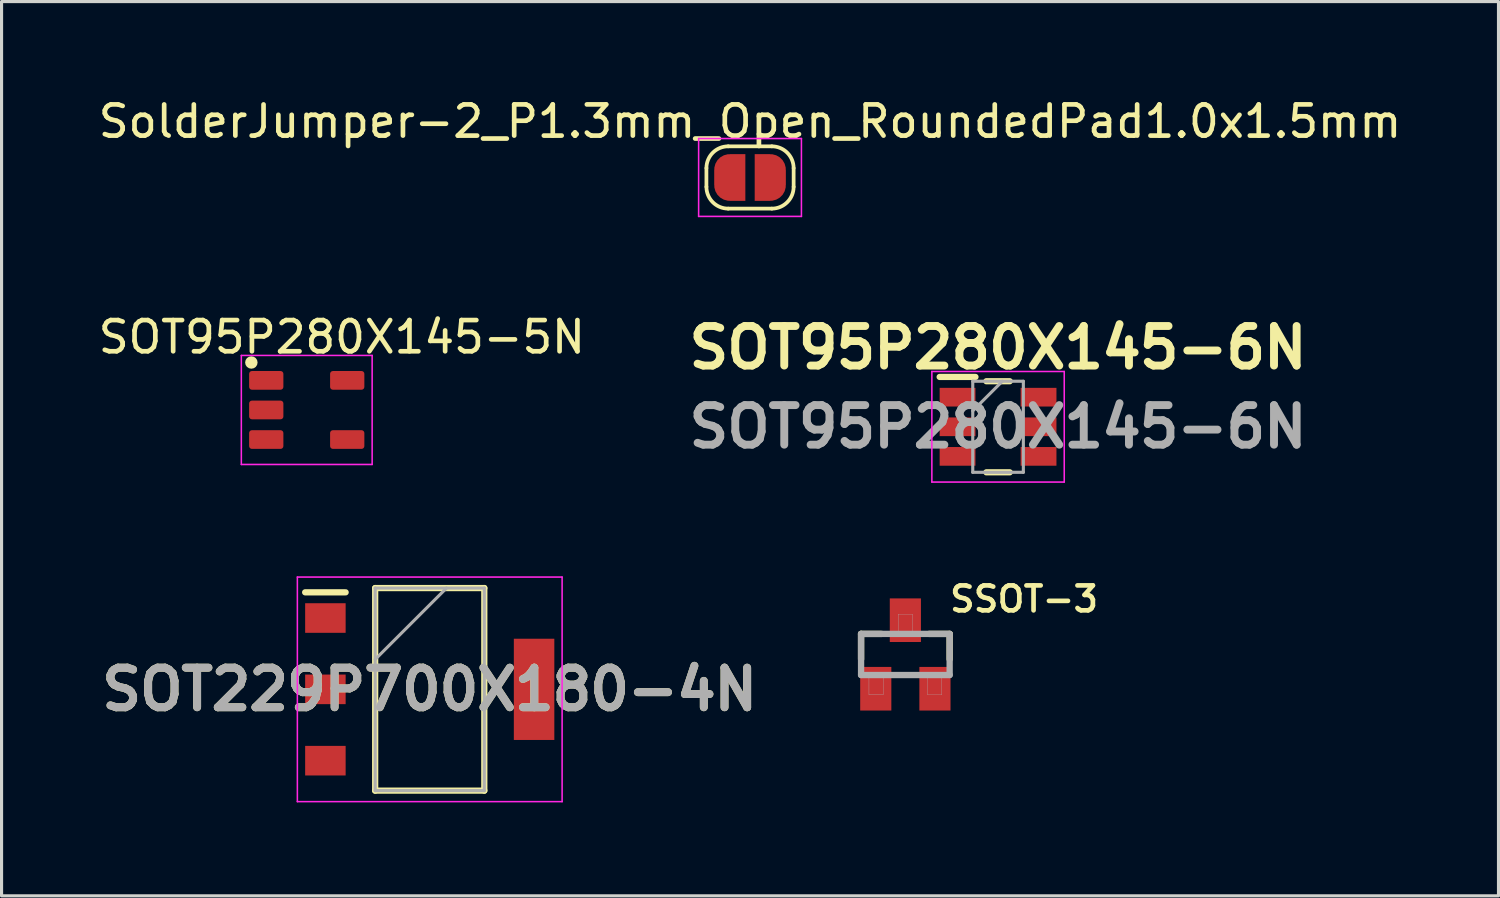
<source format=kicad_pcb>
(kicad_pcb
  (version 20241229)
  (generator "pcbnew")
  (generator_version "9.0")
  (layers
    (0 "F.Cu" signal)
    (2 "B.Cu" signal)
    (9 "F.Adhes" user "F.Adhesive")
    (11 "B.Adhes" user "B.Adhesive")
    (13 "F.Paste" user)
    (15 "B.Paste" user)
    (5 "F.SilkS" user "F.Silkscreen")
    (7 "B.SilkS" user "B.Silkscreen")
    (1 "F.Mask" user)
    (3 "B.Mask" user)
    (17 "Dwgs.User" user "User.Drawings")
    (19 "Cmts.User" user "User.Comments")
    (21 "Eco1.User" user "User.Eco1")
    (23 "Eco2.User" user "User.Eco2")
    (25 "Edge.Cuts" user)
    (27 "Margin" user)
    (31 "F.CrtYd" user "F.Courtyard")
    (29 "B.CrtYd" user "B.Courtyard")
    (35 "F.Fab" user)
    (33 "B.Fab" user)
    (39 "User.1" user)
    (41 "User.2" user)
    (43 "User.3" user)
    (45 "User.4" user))
  (footprint "SolderJumper-2_P1.3mm_Open_RoundedPad1.0x1.5mm"
    (layer "F.Cu")
    (at 21.03 2.648)
    (property "Reference" "SolderJumper-2_P1.3mm_Open_RoundedPad1.0x1.5mm" (at 0 -1.8 0) (layer "F.SilkS") (effects (font (size 1 1) (thickness 0.15))))
    (attr exclude_from_pos_files exclude_from_bom)
    (fp_line (start -1.4 0.3) (end -1.4 -0.3) (stroke (width 0.12) (type solid)) (layer "F.SilkS"))
    (fp_line (start -0.7 -1) (end 0.7 -1) (stroke (width 0.12) (type solid)) (layer "F.SilkS"))
    (fp_line (start 0.7 1) (end -0.7 1) (stroke (width 0.12) (type solid)) (layer "F.SilkS"))
    (fp_line (start 1.4 -0.3) (end 1.4 0.3) (stroke (width 0.12) (type solid)) (layer "F.SilkS"))
    (fp_arc (start -1.4 -0.3) (mid -1.194975 -0.794975) (end -0.7 -1) (stroke (width 0.12) (type solid)) (layer "F.SilkS"))
    (fp_arc (start -0.7 1) (mid -1.194975 0.794975) (end -1.4 0.3) (stroke (width 0.12) (type solid)) (layer "F.SilkS"))
    (fp_arc (start 0.7 -1) (mid 1.194975 -0.794975) (end 1.4 -0.3) (stroke (width 0.12) (type solid)) (layer "F.SilkS"))
    (fp_arc (start 1.4 0.3) (mid 1.194975 0.794975) (end 0.7 1) (stroke (width 0.12) (type solid)) (layer "F.SilkS"))
    (fp_line (start -1.65 -1.25) (end -1.65 1.25) (stroke (width 0.05) (type solid)) (layer "F.CrtYd"))
    (fp_line (start -1.65 -1.25) (end 1.65 -1.25) (stroke (width 0.05) (type solid)) (layer "F.CrtYd"))
    (fp_line (start 1.65 1.25) (end -1.65 1.25) (stroke (width 0.05) (type solid)) (layer "F.CrtYd"))
    (fp_line (start 1.65 1.25) (end 1.65 -1.25) (stroke (width 0.05) (type solid)) (layer "F.CrtYd"))
    (pad "1" smd custom (at -0.65 0) (size 1 0.5) (layers "F.Cu" "F.Mask") (options (anchor rect)) (primitives (gr_circle (center 0 0.25) (end 0.5 0.25) (width 0) (fill yes)) (gr_circle (center 0 -0.25) (end 0.5 -0.25) (width 0) (fill yes)) (gr_poly (pts (xy 0.5 0.75) (xy 0 0.75) (xy 0 -0.75) (xy 0.5 -0.75)) (width 0) (fill yes))))
    (pad "2" smd custom (at 0.65 0) (size 1 0.5) (layers "F.Cu" "F.Mask") (options (anchor rect)) (primitives (gr_circle (center 0 0.25) (end 0.5 0.25) (width 0) (fill yes)) (gr_circle (center 0 -0.25) (end 0.5 -0.25) (width 0) (fill yes)) (gr_poly (pts (xy 0 0.75) (xy -0.5 0.75) (xy -0.5 -0.75) (xy 0 -0.75)) (width 0) (fill yes)))))
  (footprint "SOT229P700X180-4N"
    (layer "F.Cu")
    (at 10.747 19.082)
    (property "Reference" "SOT229P700X180-4N" (at 0 0 0) (layer "F.SilkS") (effects (font (size 1.27 1.27) (thickness 0.254))))
    (attr smd)
    (fp_line (start -4 -3.115) (end -2.7 -3.115) (stroke (width 0.2) (type solid)) (layer "F.SilkS"))
    (fp_line (start -1.752 -3.252) (end 1.752 -3.252) (stroke (width 0.2) (type solid)) (layer "F.SilkS"))
    (fp_line (start -1.752 3.252) (end -1.752 -3.252) (stroke (width 0.2) (type solid)) (layer "F.SilkS"))
    (fp_line (start 1.752 -3.252) (end 1.752 3.252) (stroke (width 0.2) (type solid)) (layer "F.SilkS"))
    (fp_line (start 1.752 3.252) (end -1.752 3.252) (stroke (width 0.2) (type solid)) (layer "F.SilkS"))
    (fp_line (start -4.25 -3.605) (end 4.25 -3.605) (stroke (width 0.05) (type solid)) (layer "F.CrtYd"))
    (fp_line (start -4.25 3.605) (end -4.25 -3.605) (stroke (width 0.05) (type solid)) (layer "F.CrtYd"))
    (fp_line (start 4.25 -3.605) (end 4.25 3.605) (stroke (width 0.05) (type solid)) (layer "F.CrtYd"))
    (fp_line (start 4.25 3.605) (end -4.25 3.605) (stroke (width 0.05) (type solid)) (layer "F.CrtYd"))
    (fp_line (start -1.752 -3.252) (end 1.752 -3.252) (stroke (width 0.1) (type solid)) (layer "F.Fab"))
    (fp_line (start -1.752 -0.962) (end 0.538 -3.252) (stroke (width 0.1) (type solid)) (layer "F.Fab"))
    (fp_line (start -1.752 3.252) (end -1.752 -3.252) (stroke (width 0.1) (type solid)) (layer "F.Fab"))
    (fp_line (start 1.752 -3.252) (end 1.752 3.252) (stroke (width 0.1) (type solid)) (layer "F.Fab"))
    (fp_line (start 1.752 3.252) (end -1.752 3.252) (stroke (width 0.1) (type solid)) (layer "F.Fab"))
    (fp_text user "${REFERENCE}" (at 0 0 0) (layer "F.Fab") (effects (font (size 1.27 1.27) (thickness 0.254))))
    (pad "1" smd rect (at -3.35 -2.29 90) (size 0.95 1.3) (layers "F.Cu" "F.Mask" "F.Paste"))
    (pad "2" smd rect (at -3.35 0 90) (size 0.95 1.3) (layers "F.Cu" "F.Mask" "F.Paste"))
    (pad "2" smd rect (at 3.35 0) (size 1.3 3.25) (layers "F.Cu" "F.Mask" "F.Paste"))
    (pad "3" smd rect (at -3.35 2.29 90) (size 0.95 1.3) (layers "F.Cu" "F.Mask" "F.Paste")))
  (footprint "SOT95P280X145-5N"
    (layer "F.Cu")
    (at 6.798 10.112)
    (property "Reference" "SOT95P280X145-5N" (at 1.127 -2.34 0) (layer "F.SilkS") (effects (font (size 1.002 1.002) (thickness 0.15))))
    (attr through_hole)
    (fp_circle (center -1.778 -1.524) (end -1.678 -1.524) (stroke (width 0.2) (type solid)) (fill no) (layer "F.SilkS"))
    (fp_line (start -2.1 -1.75) (end 2.1 -1.75) (stroke (width 0.05) (type solid)) (layer "F.CrtYd"))
    (fp_line (start -2.1 1.75) (end -2.1 -1.75) (stroke (width 0.05) (type solid)) (layer "F.CrtYd"))
    (fp_line (start 2.1 -1.75) (end 2.1 1.75) (stroke (width 0.05) (type solid)) (layer "F.CrtYd"))
    (fp_line (start 2.1 1.75) (end -2.1 1.75) (stroke (width 0.05) (type solid)) (layer "F.CrtYd"))
    (pad "1" smd roundrect (at -1.3 -0.95) (size 1.1 0.6) (layers "F.Cu" "F.Mask" "F.Paste") (roundrect_rratio 0.15))
    (pad "2" smd roundrect (at -1.3 0) (size 1.1 0.6) (layers "F.Cu" "F.Mask" "F.Paste") (roundrect_rratio 0.15))
    (pad "3" smd roundrect (at -1.3 0.95) (size 1.1 0.6) (layers "F.Cu" "F.Mask" "F.Paste") (roundrect_rratio 0.15))
    (pad "4" smd roundrect (at 1.3 0.95 180) (size 1.1 0.6) (layers "F.Cu" "F.Mask" "F.Paste") (roundrect_rratio 0.15))
    (pad "5" smd roundrect (at 1.3 -0.95 180) (size 1.1 0.6) (layers "F.Cu" "F.Mask" "F.Paste") (roundrect_rratio 0.15)))
  (footprint "SSOT-3"
    (layer "F.Cu")
    (at 26.017 17.962)
    (property "Reference" "SSOT-3" (at 3.811 -1.779 0) (layer "F.SilkS") (effects (font (size 0.8 0.8) (thickness 0.15))))
    (attr through_hole)
    (fp_line (start -1.422 -0.66) (end -0.764 -0.66) (stroke (width 0.203) (type solid)) (layer "F.SilkS"))
    (fp_line (start -1.422 0.152) (end -1.422 -0.66) (stroke (width 0.203) (type solid)) (layer "F.SilkS"))
    (fp_line (start 0.764 -0.66) (end 1.422 -0.66) (stroke (width 0.203) (type solid)) (layer "F.SilkS"))
    (fp_line (start 1.422 -0.66) (end 1.422 0.152) (stroke (width 0.203) (type solid)) (layer "F.SilkS"))
    (fp_line (start -1.422 -0.66) (end 1.422 -0.66) (stroke (width 0.203) (type solid)) (layer "F.Fab"))
    (fp_line (start -1.422 0.66) (end -1.422 -0.66) (stroke (width 0.203) (type solid)) (layer "F.Fab"))
    (fp_line (start 1.422 -0.66) (end 1.422 0.66) (stroke (width 0.203) (type solid)) (layer "F.Fab"))
    (fp_line (start 1.422 0.66) (end -1.422 0.66) (stroke (width 0.203) (type solid)) (layer "F.Fab"))
    (fp_poly (pts (xy -1.169 0.711) (xy -0.711 0.711) (xy -0.711 1.296) (xy -1.169 1.296)) (stroke (width 0.01) (type solid)) (fill no) (layer "F.Fab"))
    (fp_poly (pts (xy -0.229 -1.295) (xy 0.229 -1.295) (xy 0.229 -0.712) (xy -0.229 -0.712)) (stroke (width 0.01) (type solid)) (fill no) (layer "F.Fab"))
    (fp_poly (pts (xy 0.712 0.711) (xy 1.168 0.711) (xy 1.168 1.297) (xy 0.712 1.297)) (stroke (width 0.01) (type solid)) (fill no) (layer "F.Fab"))
    (pad "1" smd rect (at -0.95 1.1) (size 1 1.4) (layers "F.Cu" "F.Mask" "F.Paste"))
    (pad "2" smd rect (at 0.95 1.1) (size 1 1.4) (layers "F.Cu" "F.Mask" "F.Paste"))
    (pad "3" smd rect (at 0 -1.1) (size 1 1.4) (layers "F.Cu" "F.Mask" "F.Paste")))
  (footprint "SOT95P280X145-6N"
    (layer "F.Cu")
    (at 28.993 10.652)
    (property "Reference" "SOT95P280X145-6N" (at 0 -2.54 0) (layer "F.SilkS") (effects (font (size 1.27 1.27) (thickness 0.254))))
    (attr smd)
    (fp_line (start -1.875 -1.6) (end -0.725 -1.6) (stroke (width 0.2) (type solid)) (layer "F.SilkS"))
    (fp_line (start -0.375 -1.462) (end 0.375 -1.462) (stroke (width 0.2) (type solid)) (layer "F.SilkS"))
    (fp_line (start 0.375 1.462) (end -0.375 1.462) (stroke (width 0.2) (type solid)) (layer "F.SilkS"))
    (fp_line (start -2.125 -1.775) (end 2.125 -1.775) (stroke (width 0.05) (type solid)) (layer "F.CrtYd"))
    (fp_line (start -2.125 1.775) (end -2.125 -1.775) (stroke (width 0.05) (type solid)) (layer "F.CrtYd"))
    (fp_line (start 2.125 -1.775) (end 2.125 1.775) (stroke (width 0.05) (type solid)) (layer "F.CrtYd"))
    (fp_line (start 2.125 1.775) (end -2.125 1.775) (stroke (width 0.05) (type solid)) (layer "F.CrtYd"))
    (fp_line (start -0.812 -1.462) (end 0.812 -1.462) (stroke (width 0.1) (type solid)) (layer "F.Fab"))
    (fp_line (start -0.812 -0.512) (end 0.138 -1.462) (stroke (width 0.1) (type solid)) (layer "F.Fab"))
    (fp_line (start -0.812 1.462) (end -0.812 -1.462) (stroke (width 0.1) (type solid)) (layer "F.Fab"))
    (fp_line (start 0.812 -1.462) (end 0.812 1.462) (stroke (width 0.1) (type solid)) (layer "F.Fab"))
    (fp_line (start 0.812 1.462) (end -0.812 1.462) (stroke (width 0.1) (type solid)) (layer "F.Fab"))
    (fp_text user "${REFERENCE}" (at 0 0 0) (layer "F.Fab") (effects (font (size 1.27 1.27) (thickness 0.254))))
    (pad "1" smd rect (at -1.3 -0.95 90) (size 0.6 1.15) (layers "F.Cu" "F.Mask" "F.Paste"))
    (pad "2" smd rect (at -1.3 0 90) (size 0.6 1.15) (layers "F.Cu" "F.Mask" "F.Paste"))
    (pad "3" smd rect (at -1.3 0.95 90) (size 0.6 1.15) (layers "F.Cu" "F.Mask" "F.Paste"))
    (pad "4" smd rect (at 1.3 0.95 90) (size 0.6 1.15) (layers "F.Cu" "F.Mask" "F.Paste"))
    (pad "5" smd rect (at 1.3 0 90) (size 0.6 1.15) (layers "F.Cu" "F.Mask" "F.Paste"))
    (pad "6" smd rect (at 1.3 -0.95 90) (size 0.6 1.15) (layers "F.Cu" "F.Mask" "F.Paste")))
  (gr_rect
    (start -3 -3)
    (end 45.06 25.712)
    (stroke (width 0.1) (type default))
    (fill no)
    (layer "Edge.Cuts")))
</source>
